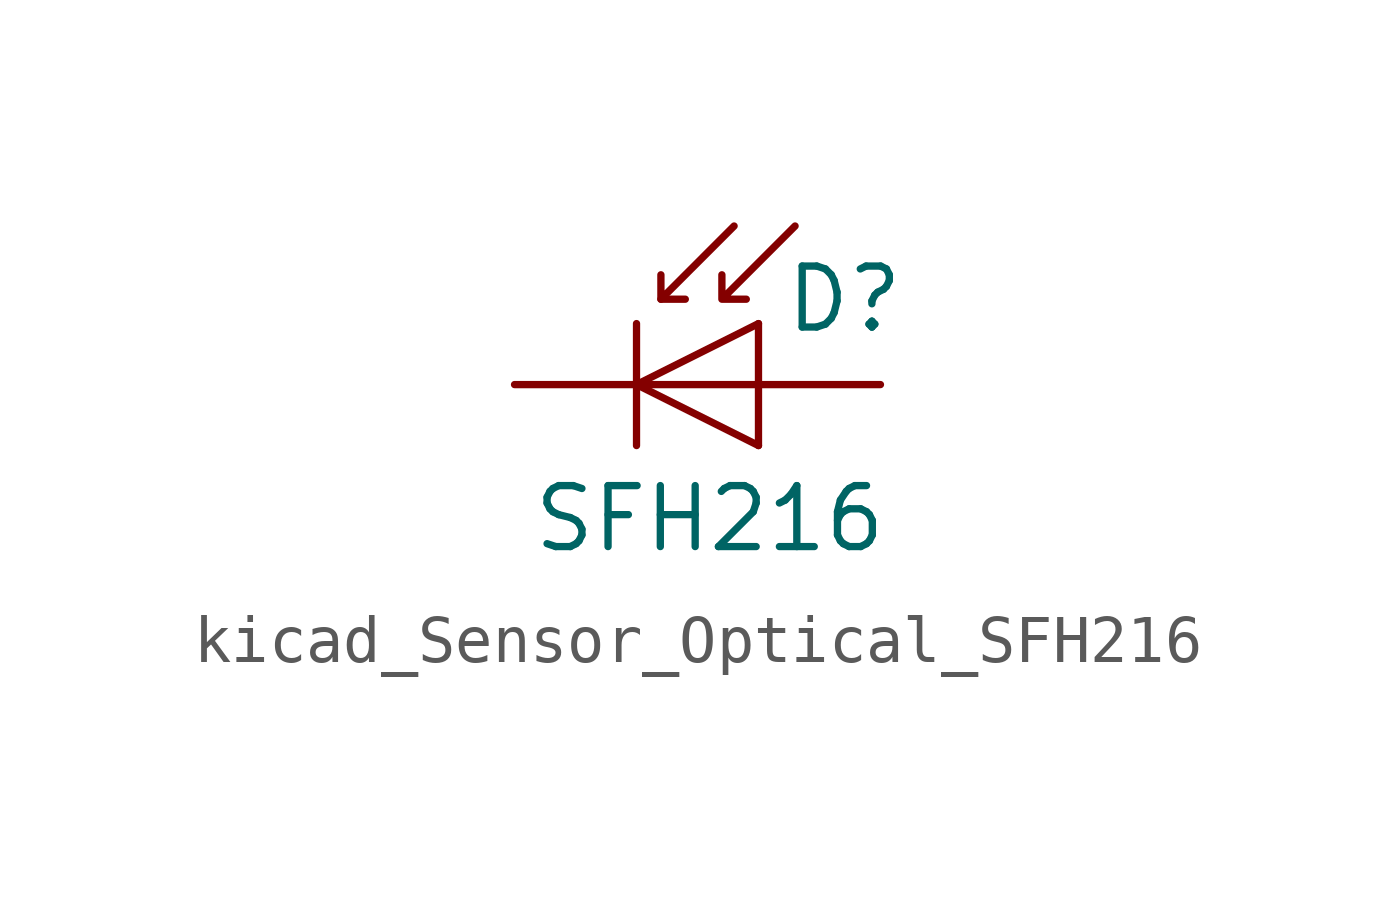
<source format=kicad_sym>
(kicad_symbol_lib
  (version 20220914)
  (generator kicad_symbol_editor)
  (symbol "kicad_Sensor_Optical_SFH216"
    (pin_numbers hide)
    (pin_names hide)
    (property "Reference" "D"
      (at 0.508 1.778 0)
      (effects (font (size 1.27 1.27)) (justify left)))
    (property "Value" "SFH216"
      (at -1.016 -2.794 0)
      (effects (font (size 1.27 1.27))))
    (symbol "kicad_Sensor_Optical_SFH216_0_1"
      (polyline (pts (xy -2.54 1.27) (xy -2.54 -1.27)) (stroke (width 0.152) (type default)) (fill (type none)))
      (polyline (pts (xy -2.032 1.778) (xy -1.524 1.778)) (stroke (width 0) (type default)) (fill (type none)))
      (polyline (pts (xy 0 -1.27) (xy 0 1.27)) (stroke (width 0) (type default)) (fill (type none)))
      (polyline (pts (xy 0 0) (xy -2.54 0)) (stroke (width 0) (type default)) (fill (type none)))
      (polyline (pts (xy -0.508 3.302) (xy -2.032 1.778) (xy -2.032 2.286)) (stroke (width 0) (type default)) (fill (type none)))
      (polyline (pts (xy 0 1.27) (xy -2.54 0) (xy 0 -1.27)) (stroke (width 0) (type default)) (fill (type none)))
      (polyline (pts (xy 0.762 3.302) (xy -0.762 1.778) (xy -0.762 2.286) (xy -0.762 1.778) (xy -0.254 1.778)) (stroke (width 0) (type default)) (fill (type none))))
    (symbol "kicad_Sensor_Optical_SFH216_1_1"
      (pin passive line (at -5.08 0 0) (length 2.54) (name "K" (effects (font (size 1.27 1.27)))) (number "1" (effects (font (size 1.27 1.27)))))
      (pin passive line (at 2.54 0 180) (length 2.54) (name "A" (effects (font (size 1.27 1.27)))) (number "2" (effects (font (size 1.27 1.27))))))))
</source>
